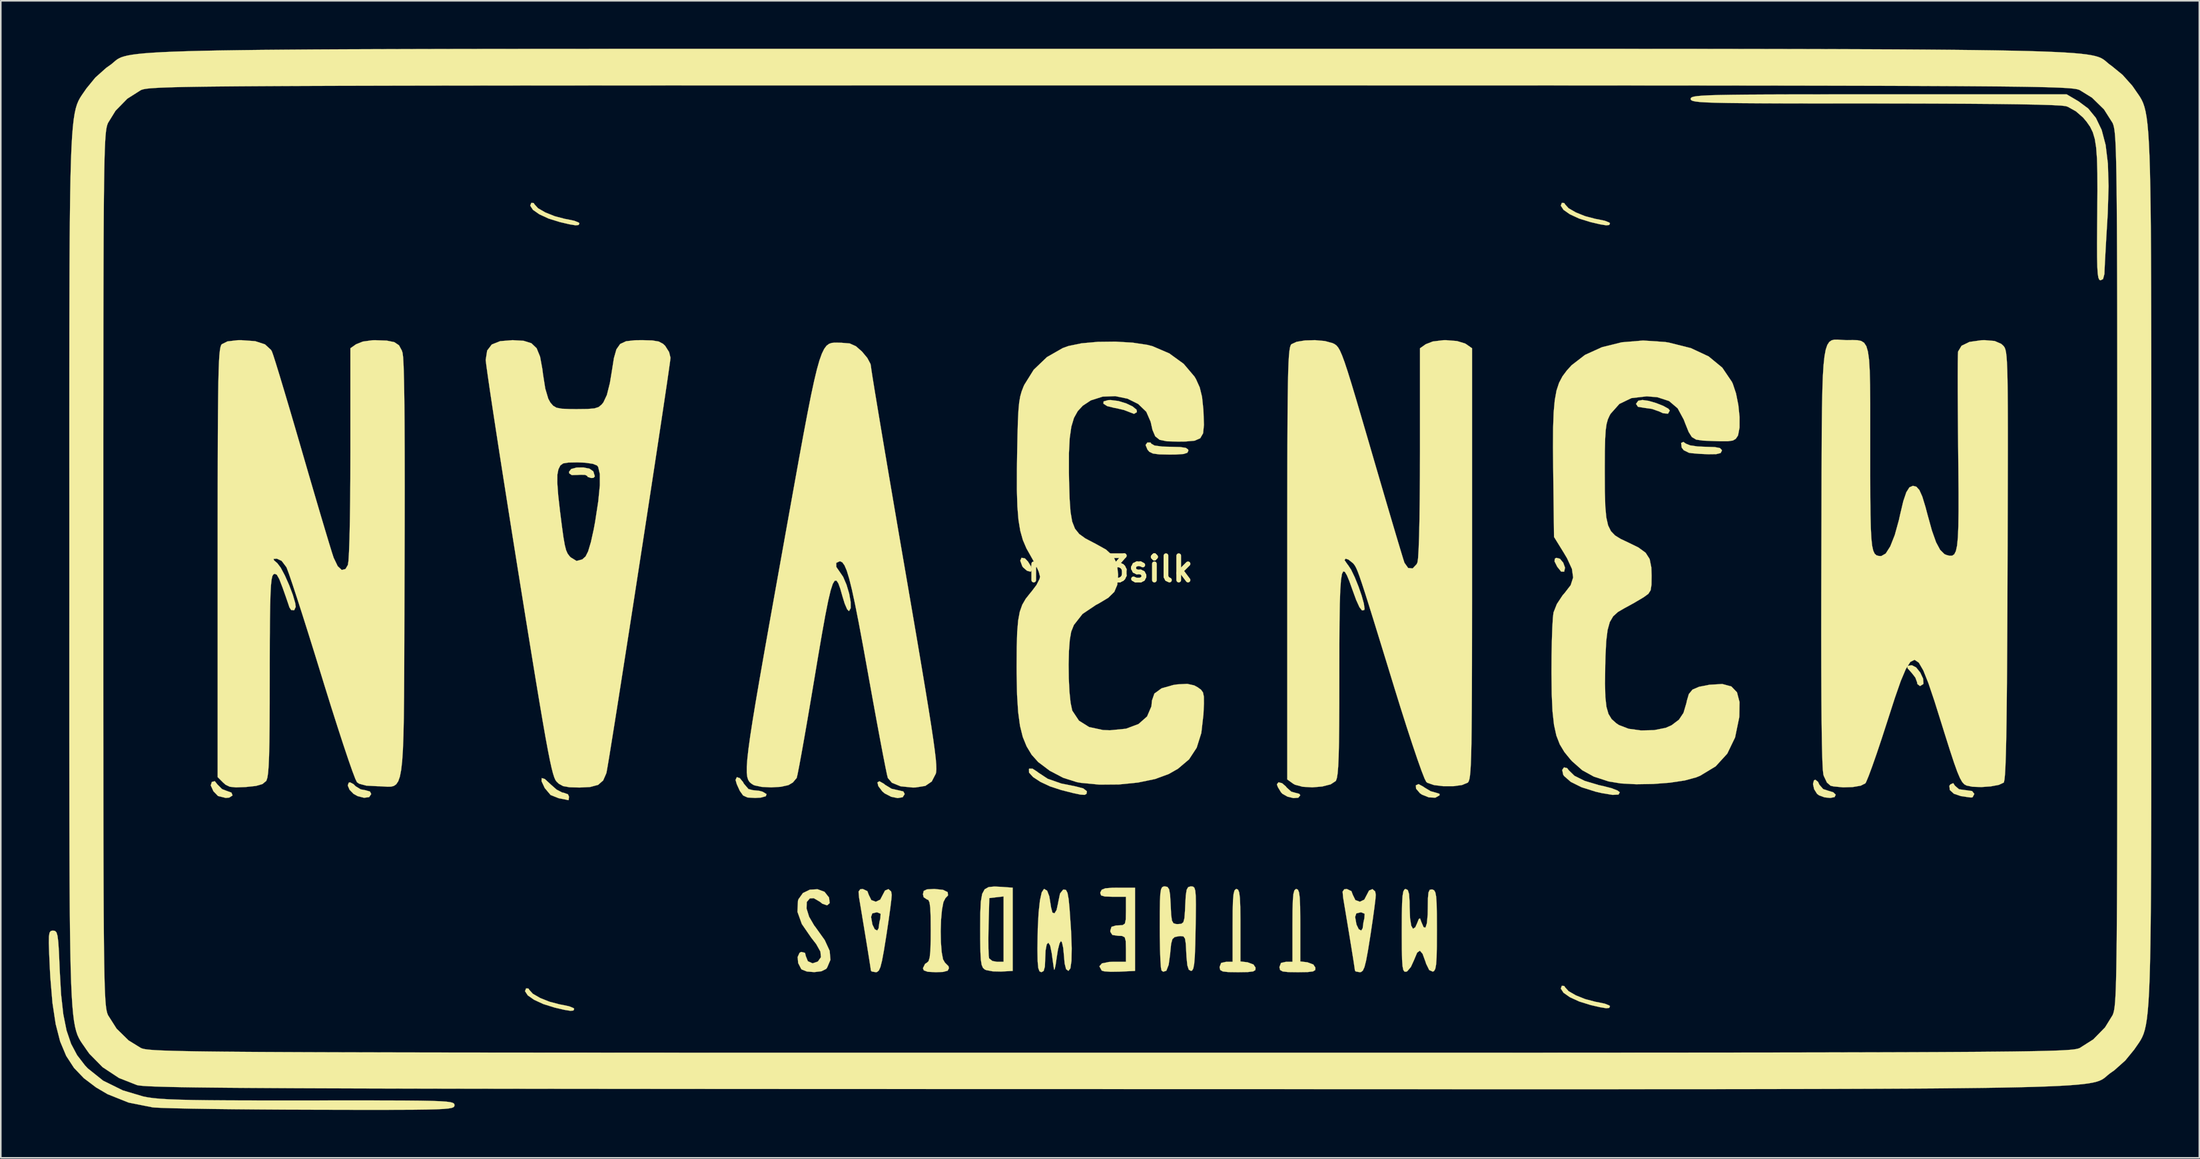
<source format=kicad_pcb>
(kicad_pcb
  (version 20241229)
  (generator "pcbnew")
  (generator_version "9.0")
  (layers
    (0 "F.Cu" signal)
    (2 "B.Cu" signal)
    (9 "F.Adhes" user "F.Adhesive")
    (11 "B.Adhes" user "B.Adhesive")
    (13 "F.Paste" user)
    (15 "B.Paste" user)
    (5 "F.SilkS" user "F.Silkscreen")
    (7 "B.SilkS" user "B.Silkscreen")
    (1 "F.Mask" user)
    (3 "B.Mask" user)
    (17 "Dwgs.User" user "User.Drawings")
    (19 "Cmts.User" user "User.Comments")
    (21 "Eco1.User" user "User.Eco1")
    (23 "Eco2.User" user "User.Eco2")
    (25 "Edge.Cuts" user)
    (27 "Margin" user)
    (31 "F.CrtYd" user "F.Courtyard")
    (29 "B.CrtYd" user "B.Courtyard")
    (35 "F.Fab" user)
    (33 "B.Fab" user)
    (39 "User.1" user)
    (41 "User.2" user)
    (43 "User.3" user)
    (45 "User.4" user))
  (footprint "m3n3silk"
    (layer "F.Cu")
    (at 66.416 32.571)
    (property "Reference" "m3n3silk" (at 0 0 0) (layer "F.SilkS") (effects (font (size 1.524 1.524) (thickness 0.3))))
    (attr through_hole)
    (fp_poly (pts (xy -5.339 -0.666) (xy -5.148 -0.466) (xy -4.955 -0.149) (xy -4.885 0.036) (xy -4.984 0.167) (xy -5.209 0.109) (xy -5.454 -0.102) (xy -5.51 -0.182) (xy -5.635 -0.527) (xy -5.553 -0.708) (xy -5.339 -0.666)) (stroke (width 0.01) (type solid)) (fill yes) (layer "F.SilkS"))
    (fp_poly (pts (xy 28.132 -0.645) (xy 28.338 -0.396) (xy 28.451 -0.084) (xy 28.397 0.162) (xy 28.394 0.165) (xy 28.206 0.161) (xy 27.961 -0.144) (xy 27.959 -0.147) (xy 27.791 -0.483) (xy 27.812 -0.649) (xy 27.904 -0.703) (xy 28.132 -0.645)) (stroke (width 0.01) (type solid)) (fill yes) (layer "F.SilkS"))
    (fp_poly (pts (xy -55.863 13.485) (xy -55.574 13.774) (xy -55.331 13.869) (xy -54.985 13.995) (xy -54.915 14.171) (xy -55.12 14.305) (xy -55.342 14.328) (xy -55.825 14.209) (xy -56.112 13.913) (xy -56.281 13.542) (xy -56.212 13.325) (xy -56.026 13.28) (xy -55.863 13.485)) (stroke (width 0.01) (type solid)) (fill yes) (layer "F.SilkS"))
    (fp_poly (pts (xy 19.594 13.629) (xy 19.653 13.674) (xy 20.042 13.907) (xy 20.384 14.003) (xy 20.595 14.069) (xy 20.597 14.165) (xy 20.337 14.312) (xy 19.929 14.293) (xy 19.499 14.121) (xy 19.368 14.029) (xy 19.131 13.749) (xy 19.117 13.538) (xy 19.287 13.461) (xy 19.594 13.629)) (stroke (width 0.01) (type solid)) (fill yes) (layer "F.SilkS"))
    (fp_poly (pts (xy -47.351 13.463) (xy -47.218 13.596) (xy -46.902 13.79) (xy -46.628 13.84) (xy -46.316 13.928) (xy -46.241 14.084) (xy -46.369 14.276) (xy -46.685 14.319) (xy -47.089 14.216) (xy -47.345 14.075) (xy -47.597 13.816) (xy -47.709 13.547) (xy -47.648 13.372) (xy -47.564 13.351) (xy -47.351 13.463)) (stroke (width 0.01) (type solid)) (fill yes) (layer "F.SilkS"))
    (fp_poly (pts (xy -14.165 13.441) (xy -14.097 13.502) (xy -13.688 13.752) (xy -13.3 13.84) (xy -12.95 13.92) (xy -12.863 14.084) (xy -12.989 14.284) (xy -13.303 14.338) (xy -13.71 14.255) (xy -14.112 14.047) (xy -14.263 13.92) (xy -14.517 13.585) (xy -14.569 13.352) (xy -14.443 13.284) (xy -14.165 13.441)) (stroke (width 0.01) (type solid)) (fill yes) (layer "F.SilkS"))
    (fp_poly (pts (xy 33.677 -10.529) (xy 34.144 -10.393) (xy 34.591 -10.217) (xy 34.912 -10.04) (xy 35.006 -9.924) (xy 34.894 -9.725) (xy 34.583 -9.753) (xy 34.353 -9.859) (xy 33.888 -10.025) (xy 33.419 -10.089) (xy 33.012 -10.157) (xy 32.89 -10.339) (xy 33.031 -10.536) (xy 33.294 -10.583) (xy 33.677 -10.529)) (stroke (width 0.01) (type solid)) (fill yes) (layer "F.SilkS"))
    (fp_poly (pts (xy 50.417 6.159) (xy 50.674 6.478) (xy 50.851 6.855) (xy 50.875 7.164) (xy 50.857 7.203) (xy 50.658 7.326) (xy 50.494 7.197) (xy 50.474 7.083) (xy 50.367 6.794) (xy 50.149 6.513) (xy 49.882 6.212) (xy 49.869 6.066) (xy 50.111 6.025) (xy 50.157 6.024) (xy 50.417 6.159)) (stroke (width 0.01) (type solid)) (fill yes) (layer "F.SilkS"))
    (fp_poly (pts (xy 0.506 -10.519) (xy 0.992 -10.371) (xy 1.401 -10.175) (xy 1.646 -9.97) (xy 1.665 -9.822) (xy 1.485 -9.714) (xy 1.219 -9.815) (xy 0.844 -9.959) (xy 0.341 -10.075) (xy 0.257 -10.087) (xy -0.2 -10.201) (xy -0.433 -10.352) (xy -0.418 -10.493) (xy -0.133 -10.574) (xy 0.027 -10.579) (xy 0.506 -10.519)) (stroke (width 0.01) (type solid)) (fill yes) (layer "F.SilkS"))
    (fp_poly (pts (xy 10.747 13.405) (xy 10.987 13.611) (xy 11.034 13.677) (xy 11.323 13.935) (xy 11.562 14.003) (xy 11.825 14.071) (xy 11.886 14.165) (xy 11.76 14.316) (xy 11.456 14.338) (xy 11.088 14.249) (xy 10.769 14.069) (xy 10.674 13.966) (xy 10.485 13.654) (xy 10.421 13.478) (xy 10.521 13.348) (xy 10.747 13.405)) (stroke (width 0.01) (type solid)) (fill yes) (layer "F.SilkS"))
    (fp_poly (pts (xy 44.28 13.323) (xy 44.365 13.504) (xy 44.602 13.774) (xy 44.893 13.87) (xy 45.236 13.977) (xy 45.387 14.125) (xy 45.316 14.274) (xy 45.046 14.329) (xy 44.687 14.292) (xy 44.349 14.169) (xy 44.217 14.072) (xy 44.034 13.78) (xy 43.964 13.457) (xy 44.022 13.228) (xy 44.113 13.188) (xy 44.28 13.323)) (stroke (width 0.01) (type solid)) (fill yes) (layer "F.SilkS"))
    (fp_poly (pts (xy 52.847 13.568) (xy 53.102 13.785) (xy 53.504 13.84) (xy 53.918 13.896) (xy 54.056 14.075) (xy 54.056 14.084) (xy 53.949 14.286) (xy 53.853 14.304) (xy 53.544 14.262) (xy 53.214 14.213) (xy 52.782 14.068) (xy 52.522 13.831) (xy 52.496 13.571) (xy 52.56 13.48) (xy 52.739 13.404) (xy 52.847 13.568)) (stroke (width 0.01) (type solid)) (fill yes) (layer "F.SilkS"))
    (fp_poly (pts (xy -35.38 13.143) (xy -35.021 13.471) (xy -35.011 13.483) (xy -34.641 13.807) (xy -34.29 13.989) (xy -34.201 14.003) (xy -33.929 14.102) (xy -33.867 14.247) (xy -33.888 14.451) (xy -33.907 14.47) (xy -34.078 14.43) (xy -34.443 14.359) (xy -34.509 14.347) (xy -35.017 14.146) (xy -35.384 13.71) (xy -35.586 13.278) (xy -35.576 13.084) (xy -35.38 13.143)) (stroke (width 0.01) (type solid)) (fill yes) (layer "F.SilkS"))
    (fp_poly (pts (xy -32.587 -6.284) (xy -32.352 -6.122) (xy -32.337 -6.092) (xy -32.249 -5.803) (xy -32.334 -5.707) (xy -32.483 -5.699) (xy -32.7 -5.769) (xy -32.727 -5.829) (xy -32.868 -5.898) (xy -33.217 -5.9) (xy -33.297 -5.892) (xy -33.692 -5.881) (xy -33.852 -5.989) (xy -33.867 -6.088) (xy -33.729 -6.263) (xy -33.392 -6.354) (xy -32.973 -6.361) (xy -32.587 -6.284)) (stroke (width 0.01) (type solid)) (fill yes) (layer "F.SilkS"))
    (fp_poly (pts (xy 36.019 -7.845) (xy 36.278 -7.742) (xy 36.756 -7.673) (xy 37.237 -7.653) (xy 37.82 -7.635) (xy 38.14 -7.574) (xy 38.258 -7.454) (xy 38.263 -7.408) (xy 38.185 -7.261) (xy 37.91 -7.193) (xy 37.408 -7.186) (xy 36.844 -7.212) (xy 36.367 -7.253) (xy 36.201 -7.277) (xy 35.874 -7.44) (xy 35.749 -7.604) (xy 35.712 -7.893) (xy 35.852 -7.959) (xy 36.019 -7.845)) (stroke (width 0.01) (type solid)) (fill yes) (layer "F.SilkS"))
    (fp_poly (pts (xy -36.399 26.261) (xy -36.353 26.341) (xy -36.128 26.587) (xy -35.675 26.849) (xy -35.086 27.085) (xy -34.452 27.251) (xy -34.311 27.275) (xy -33.862 27.37) (xy -33.585 27.481) (xy -33.541 27.535) (xy -33.589 27.634) (xy -33.774 27.655) (xy -34.155 27.593) (xy -34.762 27.452) (xy -35.472 27.231) (xy -36.05 26.965) (xy -36.448 26.686) (xy -36.618 26.426) (xy -36.554 26.251) (xy -36.399 26.261)) (stroke (width 0.01) (type solid)) (fill yes) (layer "F.SilkS"))
    (fp_poly (pts (xy -36.074 -22.911) (xy -36.027 -22.831) (xy -35.802 -22.585) (xy -35.349 -22.323) (xy -34.76 -22.087) (xy -34.127 -21.92) (xy -33.985 -21.896) (xy -33.536 -21.802) (xy -33.259 -21.691) (xy -33.215 -21.637) (xy -33.264 -21.538) (xy -33.449 -21.517) (xy -33.83 -21.579) (xy -34.437 -21.72) (xy -35.146 -21.94) (xy -35.724 -22.207) (xy -36.122 -22.486) (xy -36.292 -22.746) (xy -36.228 -22.921) (xy -36.074 -22.911)) (stroke (width 0.01) (type solid)) (fill yes) (layer "F.SilkS"))
    (fp_poly (pts (xy -23.182 13.087) (xy -22.976 13.338) (xy -22.928 13.433) (xy -22.638 13.771) (xy -22.375 13.84) (xy -21.958 13.883) (xy -21.75 13.939) (xy -21.505 14.091) (xy -21.555 14.223) (xy -21.87 14.309) (xy -22.221 14.328) (xy -22.696 14.301) (xy -22.972 14.177) (xy -23.172 13.896) (xy -23.198 13.848) (xy -23.37 13.467) (xy -23.446 13.204) (xy -23.446 13.197) (xy -23.366 13.027) (xy -23.182 13.087)) (stroke (width 0.01) (type solid)) (fill yes) (layer "F.SilkS"))
    (fp_poly (pts (xy 2.52 -7.917) (xy 2.568 -7.844) (xy 2.77 -7.731) (xy 3.263 -7.666) (xy 3.758 -7.653) (xy 4.373 -7.638) (xy 4.724 -7.585) (xy 4.87 -7.482) (xy 4.885 -7.408) (xy 4.819 -7.278) (xy 4.584 -7.202) (xy 4.118 -7.169) (xy 3.703 -7.164) (xy 3.064 -7.178) (xy 2.67 -7.23) (xy 2.44 -7.341) (xy 2.322 -7.482) (xy 2.207 -7.764) (xy 2.314 -7.918) (xy 2.52 -7.917)) (stroke (width 0.01) (type solid)) (fill yes) (layer "F.SilkS"))
    (fp_poly (pts (xy 28.403 -22.911) (xy 28.449 -22.831) (xy 28.674 -22.585) (xy 29.128 -22.323) (xy 29.717 -22.087) (xy 30.35 -21.92) (xy 30.492 -21.896) (xy 30.941 -21.802) (xy 31.218 -21.691) (xy 31.262 -21.637) (xy 31.213 -21.538) (xy 31.028 -21.517) (xy 30.647 -21.579) (xy 30.04 -21.72) (xy 29.331 -21.94) (xy 28.753 -22.207) (xy 28.355 -22.486) (xy 28.185 -22.746) (xy 28.248 -22.921) (xy 28.403 -22.911)) (stroke (width 0.01) (type solid)) (fill yes) (layer "F.SilkS"))
    (fp_poly (pts (xy 28.403 26.098) (xy 28.449 26.178) (xy 28.674 26.424) (xy 29.128 26.686) (xy 29.717 26.922) (xy 30.35 27.088) (xy 30.492 27.113) (xy 30.941 27.207) (xy 31.218 27.318) (xy 31.262 27.372) (xy 31.213 27.471) (xy 31.028 27.492) (xy 30.647 27.43) (xy 30.04 27.289) (xy 29.331 27.068) (xy 28.753 26.802) (xy 28.355 26.523) (xy 28.185 26.263) (xy 28.248 26.088) (xy 28.403 26.098)) (stroke (width 0.01) (type solid)) (fill yes) (layer "F.SilkS"))
    (fp_poly (pts (xy 28.581 12.462) (xy 28.686 12.596) (xy 29.043 12.945) (xy 29.682 13.261) (xy 30.562 13.524) (xy 30.824 13.581) (xy 31.352 13.716) (xy 31.735 13.863) (xy 31.876 13.974) (xy 31.797 14.118) (xy 31.424 14.137) (xy 30.767 14.029) (xy 30.366 13.937) (xy 29.485 13.659) (xy 28.807 13.322) (xy 28.388 12.955) (xy 28.335 12.871) (xy 28.272 12.575) (xy 28.385 12.414) (xy 28.581 12.462)) (stroke (width 0.01) (type solid)) (fill yes) (layer "F.SilkS"))
    (fp_poly (pts (xy -4.865 12.496) (xy -4.548 12.703) (xy -4.504 12.742) (xy -3.917 13.128) (xy -3.072 13.424) (xy -2.157 13.609) (xy -1.689 13.732) (xy -1.473 13.902) (xy -1.465 13.942) (xy -1.492 14.076) (xy -1.607 14.136) (xy -1.867 14.12) (xy -2.328 14.023) (xy -3.043 13.841) (xy -3.086 13.83) (xy -3.776 13.603) (xy -4.374 13.322) (xy -4.829 13.023) (xy -5.084 12.742) (xy -5.088 12.516) (xy -5.069 12.494) (xy -4.865 12.496)) (stroke (width 0.01) (type solid)) (fill yes) (layer "F.SilkS"))
    (fp_poly (pts (xy 7.995 20.073) (xy 8.064 20.241) (xy 8.108 20.579) (xy 8.132 21.133) (xy 8.141 21.949) (xy 8.141 22.296) (xy 8.141 24.564) (xy 8.587 24.616) (xy 8.959 24.755) (xy 9.088 24.952) (xy 9.078 25.102) (xy 8.936 25.188) (xy 8.598 25.228) (xy 7.999 25.237) (xy 7.99 25.237) (xy 7.387 25.229) (xy 7.041 25.19) (xy 6.881 25.101) (xy 6.839 24.943) (xy 6.838 24.912) (xy 6.934 24.656) (xy 7.246 24.586) (xy 7.653 24.586) (xy 7.653 22.306) (xy 7.657 21.387) (xy 7.675 20.747) (xy 7.712 20.338) (xy 7.771 20.116) (xy 7.858 20.032) (xy 7.897 20.027) (xy 7.995 20.073)) (stroke (width 0.01) (type solid)) (fill yes) (layer "F.SilkS"))
    (fp_poly (pts (xy 11.74 20.073) (xy 11.809 20.241) (xy 11.853 20.579) (xy 11.877 21.133) (xy 11.885 21.949) (xy 11.886 22.296) (xy 11.886 24.564) (xy 12.332 24.616) (xy 12.703 24.755) (xy 12.833 24.952) (xy 12.823 25.102) (xy 12.681 25.188) (xy 12.343 25.228) (xy 11.744 25.237) (xy 11.735 25.237) (xy 11.132 25.229) (xy 10.786 25.19) (xy 10.626 25.101) (xy 10.584 24.943) (xy 10.583 24.912) (xy 10.679 24.656) (xy 10.99 24.586) (xy 11.397 24.586) (xy 11.397 22.306) (xy 11.402 21.387) (xy 11.42 20.747) (xy 11.456 20.338) (xy 11.516 20.116) (xy 11.603 20.032) (xy 11.642 20.027) (xy 11.74 20.073)) (stroke (width 0.01) (type solid)) (fill yes) (layer "F.SilkS"))
    (fp_poly (pts (xy -6.792 19.896) (xy -6.106 19.946) (xy -6.106 25.156) (xy -6.838 25.196) (xy -7.352 25.184) (xy -7.764 25.106) (xy -7.856 25.065) (xy -7.969 24.963) (xy -8.048 24.78) (xy -8.099 24.464) (xy -8.127 23.962) (xy -8.139 23.223) (xy -8.139 23.122) (xy -7.629 23.122) (xy -7.625 23.756) (xy -7.606 24.202) (xy -7.582 24.372) (xy -7.375 24.535) (xy -7.088 24.586) (xy -6.676 24.586) (xy -6.676 20.494) (xy -7.123 20.545) (xy -7.571 20.597) (xy -7.618 22.377) (xy -7.629 23.122) (xy -8.139 23.122) (xy -8.141 22.548) (xy -8.135 21.545) (xy -8.101 20.823) (xy -8.018 20.339) (xy -7.863 20.048) (xy -7.614 19.908) (xy -7.248 19.873) (xy -6.792 19.896)) (stroke (width 0.01) (type solid)) (fill yes) (layer "F.SilkS"))
    (fp_poly (pts (xy 1.547 25.156) (xy 0.563 25.203) (xy 0.023 25.211) (xy -0.38 25.182) (xy -0.536 25.136) (xy -0.683 24.869) (xy -0.526 24.685) (xy -0.08 24.594) (xy 0.163 24.586) (xy 0.977 24.586) (xy 0.977 23.772) (xy 0.966 23.29) (xy 0.901 23.05) (xy 0.73 22.967) (xy 0.488 22.958) (xy 0.131 22.907) (xy 0.005 22.716) (xy 0 22.632) (xy 0.077 22.394) (xy 0.362 22.31) (xy 0.488 22.306) (xy 0.768 22.291) (xy 0.913 22.193) (xy 0.968 21.931) (xy 0.977 21.425) (xy 0.977 20.515) (xy 0.151 20.515) (xy -0.339 20.499) (xy -0.575 20.431) (xy -0.628 20.287) (xy -0.62 20.23) (xy -0.536 20.073) (xy -0.312 19.985) (xy 0.125 19.95) (xy 0.491 19.946) (xy 1.547 19.946) (xy 1.547 25.156)) (stroke (width 0.01) (type solid)) (fill yes) (layer "F.SilkS"))
    (fp_poly (pts (xy -10.466 20.081) (xy -10.174 20.224) (xy -10.153 20.432) (xy -10.314 20.599) (xy -10.44 20.845) (xy -10.531 21.323) (xy -10.589 21.955) (xy -10.611 22.661) (xy -10.598 23.361) (xy -10.55 23.978) (xy -10.465 24.431) (xy -10.343 24.643) (xy -10.339 24.645) (xy -10.123 24.862) (xy -10.095 24.988) (xy -10.177 25.144) (xy -10.466 25.22) (xy -10.909 25.237) (xy -11.418 25.212) (xy -11.668 25.123) (xy -11.723 24.988) (xy -11.591 24.716) (xy -11.479 24.645) (xy -11.372 24.545) (xy -11.3 24.31) (xy -11.257 23.888) (xy -11.238 23.227) (xy -11.235 22.615) (xy -11.241 21.777) (xy -11.264 21.214) (xy -11.309 20.877) (xy -11.384 20.715) (xy -11.479 20.678) (xy -11.678 20.542) (xy -11.723 20.353) (xy -11.674 20.148) (xy -11.473 20.052) (xy -11.036 20.027) (xy -11 20.027) (xy -10.466 20.081)) (stroke (width 0.01) (type solid)) (fill yes) (layer "F.SilkS"))
    (fp_poly (pts (xy -17.88 20.204) (xy -17.598 20.561) (xy -17.598 20.561) (xy -17.556 20.912) (xy -17.718 21.052) (xy -18.019 20.949) (xy -18.167 20.829) (xy -18.553 20.604) (xy -18.798 20.616) (xy -18.992 20.844) (xy -19.003 21.253) (xy -18.844 21.765) (xy -18.532 22.303) (xy -18.447 22.414) (xy -17.867 23.225) (xy -17.558 23.898) (xy -17.51 24.463) (xy -17.717 24.951) (xy -17.78 25.033) (xy -18.069 25.177) (xy -18.52 25.231) (xy -18.983 25.194) (xy -19.309 25.065) (xy -19.34 25.034) (xy -19.529 24.664) (xy -19.562 24.285) (xy -19.44 24.019) (xy -19.335 23.967) (xy -19.099 24.026) (xy -19.05 24.231) (xy -18.922 24.549) (xy -18.626 24.681) (xy -18.297 24.569) (xy -18.105 24.298) (xy -18.135 23.951) (xy -18.399 23.48) (xy -18.72 23.064) (xy -19.3 22.221) (xy -19.573 21.46) (xy -19.543 20.771) (xy -19.511 20.67) (xy -19.234 20.282) (xy -18.8 20.071) (xy -18.315 20.043) (xy -17.88 20.204)) (stroke (width 0.01) (type solid)) (fill yes) (layer "F.SilkS"))
    (fp_poly (pts (xy -15.198 20.162) (xy -15.113 20.393) (xy -14.951 20.722) (xy -14.672 20.825) (xy -14.396 20.696) (xy -14.264 20.443) (xy -14.097 20.125) (xy -13.88 20.035) (xy -13.712 20.182) (xy -13.675 20.393) (xy -13.699 20.684) (xy -13.765 21.226) (xy -13.865 21.947) (xy -13.988 22.776) (xy -14.022 22.998) (xy -14.167 23.897) (xy -14.283 24.522) (xy -14.384 24.919) (xy -14.485 25.138) (xy -14.599 25.227) (xy -14.675 25.237) (xy -14.928 25.191) (xy -14.979 25.133) (xy -15.005 24.937) (xy -15.079 24.461) (xy -15.193 23.749) (xy -15.341 22.842) (xy -15.516 21.781) (xy -15.516 21.777) (xy -14.968 21.777) (xy -14.887 22.229) (xy -14.877 22.266) (xy -14.739 22.548) (xy -14.581 22.629) (xy -14.491 22.474) (xy -14.489 22.429) (xy -14.447 22.114) (xy -14.388 21.859) (xy -14.37 21.579) (xy -14.571 21.494) (xy -14.635 21.492) (xy -14.89 21.553) (xy -14.968 21.777) (xy -15.516 21.777) (xy -15.711 20.61) (xy -15.72 20.556) (xy -15.751 20.191) (xy -15.648 20.046) (xy -15.487 20.027) (xy -15.198 20.162)) (stroke (width 0.01) (type solid)) (fill yes) (layer "F.SilkS"))
    (fp_poly (pts (xy 15.086 20.162) (xy 15.172 20.393) (xy 15.333 20.722) (xy 15.613 20.825) (xy 15.889 20.696) (xy 16.021 20.443) (xy 16.187 20.125) (xy 16.404 20.035) (xy 16.573 20.182) (xy 16.609 20.393) (xy 16.586 20.684) (xy 16.519 21.226) (xy 16.42 21.947) (xy 16.297 22.776) (xy 16.263 22.998) (xy 16.118 23.897) (xy 16.002 24.522) (xy 15.901 24.919) (xy 15.8 25.138) (xy 15.686 25.227) (xy 15.61 25.237) (xy 15.356 25.191) (xy 15.305 25.133) (xy 15.279 24.937) (xy 15.206 24.461) (xy 15.092 23.749) (xy 14.944 22.842) (xy 14.769 21.781) (xy 14.768 21.777) (xy 15.317 21.777) (xy 15.398 22.229) (xy 15.408 22.266) (xy 15.546 22.548) (xy 15.703 22.629) (xy 15.794 22.474) (xy 15.796 22.429) (xy 15.838 22.114) (xy 15.896 21.859) (xy 15.915 21.579) (xy 15.714 21.494) (xy 15.65 21.492) (xy 15.394 21.553) (xy 15.317 21.777) (xy 14.768 21.777) (xy 14.574 20.61) (xy 14.565 20.556) (xy 14.534 20.191) (xy 14.637 20.046) (xy 14.798 20.027) (xy 15.086 20.162)) (stroke (width 0.01) (type solid)) (fill yes) (layer "F.SilkS"))
    (fp_poly (pts (xy -3.95 20.136) (xy -3.816 20.49) (xy -3.713 21.128) (xy -3.709 21.167) (xy -3.621 21.505) (xy -3.493 21.554) (xy -3.361 21.339) (xy -3.262 20.887) (xy -3.256 20.842) (xy -3.145 20.311) (xy -2.957 20.075) (xy -2.912 20.061) (xy -2.773 20.089) (xy -2.677 20.272) (xy -2.606 20.669) (xy -2.548 21.281) (xy -2.454 22.658) (xy -2.414 23.741) (xy -2.429 24.522) (xy -2.497 24.996) (xy -2.62 25.156) (xy -2.62 25.156) (xy -2.767 25.046) (xy -2.858 24.687) (xy -2.898 24.22) (xy -2.946 23.716) (xy -3.021 23.377) (xy -3.086 23.283) (xy -3.176 23.431) (xy -3.274 23.816) (xy -3.351 24.301) (xy -3.421 24.781) (xy -3.482 25.059) (xy -3.52 25.074) (xy -3.565 24.773) (xy -3.632 24.293) (xy -3.664 24.054) (xy -3.763 23.567) (xy -3.876 23.388) (xy -3.979 23.499) (xy -4.051 23.884) (xy -4.071 24.351) (xy -4.093 24.888) (xy -4.171 25.163) (xy -4.315 25.237) (xy -4.432 25.181) (xy -4.506 24.976) (xy -4.545 24.567) (xy -4.558 23.899) (xy -4.558 23.731) (xy -4.539 22.514) (xy -4.486 21.507) (xy -4.402 20.74) (xy -4.291 20.239) (xy -4.155 20.031) (xy -4.131 20.027) (xy -3.95 20.136)) (stroke (width 0.01) (type solid)) (fill yes) (layer "F.SilkS"))
    (fp_poly (pts (xy 18.615 20.096) (xy 18.692 20.344) (xy 18.724 20.831) (xy 18.727 21.126) (xy 18.754 21.854) (xy 18.828 22.325) (xy 18.94 22.521) (xy 19.082 22.423) (xy 19.182 22.203) (xy 19.307 21.895) (xy 19.382 21.873) (xy 19.465 22.103) (xy 19.604 22.425) (xy 19.721 22.441) (xy 19.808 22.168) (xy 19.857 21.627) (xy 19.864 21.236) (xy 19.872 20.608) (xy 19.907 20.243) (xy 19.984 20.079) (xy 20.118 20.053) (xy 20.149 20.058) (xy 20.258 20.107) (xy 20.335 20.237) (xy 20.386 20.496) (xy 20.416 20.933) (xy 20.43 21.594) (xy 20.434 22.529) (xy 20.434 22.632) (xy 20.43 23.603) (xy 20.415 24.296) (xy 20.384 24.755) (xy 20.332 25.029) (xy 20.256 25.163) (xy 20.177 25.201) (xy 19.954 25.105) (xy 19.759 24.709) (xy 19.725 24.599) (xy 19.537 24.084) (xy 19.368 23.89) (xy 19.199 24.012) (xy 19.015 24.448) (xy 19.01 24.463) (xy 18.808 24.906) (xy 18.582 25.175) (xy 18.507 25.208) (xy 18.406 25.2) (xy 18.333 25.1) (xy 18.284 24.863) (xy 18.255 24.445) (xy 18.24 23.801) (xy 18.236 22.885) (xy 18.236 22.644) (xy 18.24 21.65) (xy 18.255 20.938) (xy 18.284 20.464) (xy 18.333 20.183) (xy 18.405 20.053) (xy 18.48 20.027) (xy 18.615 20.096)) (stroke (width 0.01) (type solid)) (fill yes) (layer "F.SilkS"))
    (fp_poly (pts (xy 5.178 19.879) (xy 5.263 19.953) (xy 5.317 20.135) (xy 5.346 20.469) (xy 5.355 21.003) (xy 5.348 21.783) (xy 5.336 22.51) (xy 5.315 23.512) (xy 5.288 24.232) (xy 5.249 24.713) (xy 5.195 24.998) (xy 5.121 25.131) (xy 5.047 25.156) (xy 4.908 25.078) (xy 4.82 24.807) (xy 4.767 24.286) (xy 4.755 24.047) (xy 4.724 23.462) (xy 4.674 23.135) (xy 4.575 22.995) (xy 4.393 22.975) (xy 4.266 22.988) (xy 4.027 23.038) (xy 3.886 23.167) (xy 3.807 23.455) (xy 3.753 23.979) (xy 3.745 24.085) (xy 3.652 24.771) (xy 3.506 25.147) (xy 3.31 25.208) (xy 3.206 25.132) (xy 3.167 24.939) (xy 3.135 24.478) (xy 3.11 23.807) (xy 3.096 22.985) (xy 3.094 22.442) (xy 3.096 21.473) (xy 3.106 20.783) (xy 3.13 20.325) (xy 3.173 20.051) (xy 3.242 19.914) (xy 3.343 19.868) (xy 3.412 19.864) (xy 3.579 19.899) (xy 3.681 20.05) (xy 3.74 20.384) (xy 3.775 20.968) (xy 3.778 21.045) (xy 3.809 21.653) (xy 3.858 22.006) (xy 3.952 22.172) (xy 4.117 22.222) (xy 4.233 22.225) (xy 4.444 22.207) (xy 4.57 22.107) (xy 4.637 21.855) (xy 4.674 21.381) (xy 4.688 21.045) (xy 4.722 20.431) (xy 4.777 20.075) (xy 4.873 19.909) (xy 5.033 19.864) (xy 5.059 19.864) (xy 5.178 19.879)) (stroke (width 0.01) (type solid)) (fill yes) (layer "F.SilkS"))
    (fp_poly (pts (xy 60.577 -29.279) (xy 61.185 -28.826) (xy 61.665 -28.238) (xy 62.025 -27.487) (xy 62.273 -26.544) (xy 62.414 -25.381) (xy 62.456 -23.968) (xy 62.405 -22.277) (xy 62.374 -21.745) (xy 62.316 -20.784) (xy 62.267 -19.912) (xy 62.228 -19.192) (xy 62.204 -18.686) (xy 62.197 -18.475) (xy 62.111 -18.151) (xy 61.952 -18.073) (xy 61.877 -18.108) (xy 61.82 -18.236) (xy 61.779 -18.492) (xy 61.752 -18.912) (xy 61.738 -19.532) (xy 61.735 -20.387) (xy 61.742 -21.512) (xy 61.749 -22.266) (xy 61.759 -23.679) (xy 61.755 -24.809) (xy 61.731 -25.697) (xy 61.679 -26.387) (xy 61.595 -26.92) (xy 61.471 -27.339) (xy 61.302 -27.685) (xy 61.081 -28.001) (xy 60.864 -28.259) (xy 60.417 -28.65) (xy 59.908 -28.935) (xy 59.782 -28.977) (xy 59.489 -29.012) (xy 58.881 -29.043) (xy 57.969 -29.071) (xy 56.763 -29.094) (xy 55.275 -29.113) (xy 53.516 -29.127) (xy 51.495 -29.137) (xy 49.225 -29.143) (xy 47.747 -29.144) (xy 45.538 -29.144) (xy 43.633 -29.146) (xy 42.008 -29.149) (xy 40.642 -29.155) (xy 39.513 -29.163) (xy 38.598 -29.174) (xy 37.874 -29.189) (xy 37.321 -29.209) (xy 36.914 -29.233) (xy 36.633 -29.264) (xy 36.454 -29.3) (xy 36.355 -29.343) (xy 36.315 -29.392) (xy 36.309 -29.43) (xy 36.323 -29.484) (xy 36.38 -29.531) (xy 36.502 -29.571) (xy 36.711 -29.605) (xy 37.029 -29.633) (xy 37.477 -29.656) (xy 38.078 -29.674) (xy 38.854 -29.688) (xy 39.827 -29.699) (xy 41.019 -29.706) (xy 42.451 -29.711) (xy 44.146 -29.713) (xy 46.126 -29.715) (xy 48.073 -29.715) (xy 59.837 -29.715) (xy 60.577 -29.279)) (stroke (width 0.01) (type solid)) (fill yes) (layer "F.SilkS"))
    (fp_poly (pts (xy -66.022 22.652) (xy -65.932 22.745) (xy -65.868 22.957) (xy -65.82 23.338) (xy -65.781 23.934) (xy -65.743 24.793) (xy -65.73 25.115) (xy -65.644 26.629) (xy -65.506 27.869) (xy -65.302 28.884) (xy -65.018 29.721) (xy -64.641 30.431) (xy -64.155 31.063) (xy -63.976 31.255) (xy -63.009 32.029) (xy -61.784 32.633) (xy -60.508 33.014) (xy -60.215 33.071) (xy -59.869 33.119) (xy -59.441 33.159) (xy -58.904 33.192) (xy -58.23 33.217) (xy -57.391 33.237) (xy -56.36 33.251) (xy -55.11 33.26) (xy -53.611 33.264) (xy -51.837 33.266) (xy -50.189 33.265) (xy -48.232 33.263) (xy -46.575 33.263) (xy -45.193 33.265) (xy -44.062 33.27) (xy -43.157 33.279) (xy -42.452 33.293) (xy -41.923 33.313) (xy -41.544 33.339) (xy -41.291 33.372) (xy -41.138 33.413) (xy -41.06 33.464) (xy -41.033 33.523) (xy -41.031 33.561) (xy -41.041 33.627) (xy -41.087 33.683) (xy -41.196 33.729) (xy -41.393 33.766) (xy -41.702 33.796) (xy -42.15 33.818) (xy -42.761 33.834) (xy -43.561 33.845) (xy -44.576 33.85) (xy -45.83 33.852) (xy -47.349 33.851) (xy -49.159 33.847) (xy -49.945 33.845) (xy -51.656 33.839) (xy -53.298 33.828) (xy -54.837 33.814) (xy -56.238 33.797) (xy -57.467 33.778) (xy -58.49 33.756) (xy -59.273 33.733) (xy -59.781 33.709) (xy -59.918 33.697) (xy -61.413 33.4) (xy -62.731 32.876) (xy -63.457 32.449) (xy -64.218 31.873) (xy -64.835 31.229) (xy -65.325 30.476) (xy -65.703 29.574) (xy -65.983 28.484) (xy -66.183 27.165) (xy -66.316 25.577) (xy -66.35 24.952) (xy -66.391 24.042) (xy -66.411 23.407) (xy -66.405 22.998) (xy -66.367 22.766) (xy -66.295 22.661) (xy -66.183 22.633) (xy -66.144 22.632) (xy -66.022 22.652)) (stroke (width 0.01) (type solid)) (fill yes) (layer "F.SilkS"))
    (fp_poly (pts (xy -17.029 -14.17) (xy -16.819 -14.165) (xy -16.302 -14.122) (xy -15.913 -13.946) (xy -15.533 -13.612) (xy -15.202 -13.213) (xy -15.005 -12.843) (xy -14.979 -12.717) (xy -14.952 -12.505) (xy -14.874 -11.998) (xy -14.749 -11.221) (xy -14.58 -10.199) (xy -14.374 -8.958) (xy -14.133 -7.524) (xy -13.862 -5.921) (xy -13.565 -4.175) (xy -13.247 -2.311) (xy -12.911 -0.356) (xy -12.859 -0.055) (xy -12.46 2.27) (xy -12.114 4.295) (xy -11.819 6.041) (xy -11.571 7.53) (xy -11.366 8.783) (xy -11.202 9.82) (xy -11.076 10.664) (xy -10.984 11.335) (xy -10.923 11.854) (xy -10.891 12.243) (xy -10.883 12.522) (xy -10.896 12.713) (xy -10.918 12.81) (xy -11.172 13.301) (xy -11.574 13.575) (xy -12.195 13.674) (xy -12.353 13.677) (xy -13.121 13.6) (xy -13.663 13.378) (xy -13.918 13.079) (xy -13.974 12.857) (xy -14.078 12.35) (xy -14.226 11.596) (xy -14.409 10.632) (xy -14.621 9.492) (xy -14.854 8.216) (xy -15.103 6.838) (xy -15.158 6.531) (xy -15.47 4.804) (xy -15.737 3.374) (xy -15.966 2.215) (xy -16.163 1.3) (xy -16.335 0.605) (xy -16.487 0.105) (xy -16.628 -0.227) (xy -16.762 -0.415) (xy -16.896 -0.486) (xy -16.927 -0.488) (xy -17.147 -0.384) (xy -17.141 -0.13) (xy -16.948 0.148) (xy -16.712 0.493) (xy -16.502 0.985) (xy -16.339 1.534) (xy -16.246 2.052) (xy -16.243 2.449) (xy -16.35 2.637) (xy -16.465 2.52) (xy -16.618 2.165) (xy -16.758 1.71) (xy -16.892 1.235) (xy -17.013 0.901) (xy -17.127 0.726) (xy -17.242 0.728) (xy -17.363 0.927) (xy -17.497 1.34) (xy -17.65 1.987) (xy -17.829 2.886) (xy -18.04 4.056) (xy -18.29 5.516) (xy -18.497 6.757) (xy -18.727 8.128) (xy -18.944 9.405) (xy -19.143 10.55) (xy -19.317 11.528) (xy -19.459 12.299) (xy -19.562 12.826) (xy -19.619 13.073) (xy -19.622 13.079) (xy -19.863 13.364) (xy -20.141 13.527) (xy -20.615 13.631) (xy -21.217 13.667) (xy -21.811 13.637) (xy -22.26 13.542) (xy -22.341 13.505) (xy -22.467 13.424) (xy -22.574 13.328) (xy -22.657 13.196) (xy -22.715 13.006) (xy -22.744 12.739) (xy -22.743 12.373) (xy -22.709 11.888) (xy -22.639 11.263) (xy -22.531 10.477) (xy -22.382 9.511) (xy -22.19 8.342) (xy -21.952 6.951) (xy -21.666 5.316) (xy -21.329 3.418) (xy -20.939 1.235) (xy -20.618 -0.554) (xy -20.187 -2.958) (xy -19.809 -5.062) (xy -19.48 -6.886) (xy -19.193 -8.449) (xy -18.942 -9.772) (xy -18.724 -10.874) (xy -18.53 -11.776) (xy -18.357 -12.498) (xy -18.199 -13.059) (xy -18.049 -13.479) (xy -17.903 -13.779) (xy -17.755 -13.979) (xy -17.599 -14.097) (xy -17.43 -14.155) (xy -17.242 -14.173) (xy -17.029 -14.17)) (stroke (width 0.01) (type solid)) (fill yes) (layer "F.SilkS"))
    (fp_poly (pts (xy -28.654 -14.311) (xy -28.253 -14.242) (xy -27.983 -14.099) (xy -27.849 -13.972) (xy -27.603 -13.582) (xy -27.517 -13.229) (xy -27.541 -13.012) (xy -27.612 -12.502) (xy -27.723 -11.731) (xy -27.872 -10.728) (xy -28.052 -9.523) (xy -28.26 -8.147) (xy -28.49 -6.629) (xy -28.739 -4.999) (xy -29.001 -3.287) (xy -29.272 -1.523) (xy -29.548 0.262) (xy -29.822 2.04) (xy -30.092 3.779) (xy -30.353 5.45) (xy -30.599 7.023) (xy -30.826 8.468) (xy -31.03 9.755) (xy -31.206 10.854) (xy -31.348 11.734) (xy -31.454 12.367) (xy -31.517 12.722) (xy -31.531 12.781) (xy -31.728 13.233) (xy -32.043 13.509) (xy -32.546 13.644) (xy -33.212 13.677) (xy -33.834 13.659) (xy -34.231 13.59) (xy -34.503 13.442) (xy -34.646 13.306) (xy -34.716 13.208) (xy -34.788 13.044) (xy -34.868 12.795) (xy -34.959 12.439) (xy -35.065 11.956) (xy -35.19 11.325) (xy -35.338 10.524) (xy -35.511 9.534) (xy -35.715 8.332) (xy -35.953 6.9) (xy -36.228 5.214) (xy -36.546 3.255) (xy -36.908 1.003) (xy -37.036 0.207) (xy -37.357 -1.802) (xy -37.662 -3.727) (xy -37.922 -5.382) (xy -34.598 -5.382) (xy -34.542 -4.617) (xy -34.435 -3.671) (xy -34.312 -2.697) (xy -34.215 -1.993) (xy -34.13 -1.505) (xy -34.047 -1.181) (xy -33.953 -0.967) (xy -33.835 -0.809) (xy -33.763 -0.734) (xy -33.397 -0.509) (xy -33.039 -0.602) (xy -32.828 -0.792) (xy -32.671 -1.105) (xy -32.496 -1.689) (xy -32.318 -2.493) (xy -32.234 -2.95) (xy -32.035 -4.245) (xy -31.937 -5.241) (xy -31.938 -5.95) (xy -32.039 -6.382) (xy -32.108 -6.48) (xy -32.373 -6.587) (xy -32.861 -6.657) (xy -33.333 -6.676) (xy -33.9 -6.666) (xy -34.228 -6.614) (xy -34.406 -6.488) (xy -34.522 -6.257) (xy -34.531 -6.235) (xy -34.594 -5.907) (xy -34.598 -5.382) (xy -37.922 -5.382) (xy -37.948 -5.544) (xy -38.211 -7.226) (xy -38.446 -8.748) (xy -38.65 -10.085) (xy -38.819 -11.21) (xy -38.948 -12.098) (xy -39.035 -12.723) (xy -39.075 -13.06) (xy -39.077 -13.1) (xy -38.988 -13.676) (xy -38.699 -14.056) (xy -38.175 -14.265) (xy -37.396 -14.328) (xy -36.706 -14.288) (xy -36.219 -14.136) (xy -35.891 -13.822) (xy -35.676 -13.297) (xy -35.532 -12.512) (xy -35.493 -12.198) (xy -35.351 -11.296) (xy -35.162 -10.66) (xy -35.032 -10.422) (xy -34.856 -10.22) (xy -34.645 -10.098) (xy -34.318 -10.037) (xy -33.793 -10.015) (xy -33.378 -10.013) (xy -32.707 -10.021) (xy -32.279 -10.056) (xy -32.012 -10.141) (xy -31.825 -10.297) (xy -31.713 -10.437) (xy -31.497 -10.897) (xy -31.307 -11.654) (xy -31.188 -12.377) (xy -31.058 -13.201) (xy -30.901 -13.753) (xy -30.666 -14.088) (xy -30.298 -14.26) (xy -29.747 -14.322) (xy -29.283 -14.328) (xy -28.654 -14.311)) (stroke (width 0.01) (type solid)) (fill yes) (layer "F.SilkS"))
    (fp_poly (pts (xy 1.4 -14.172) (xy 2.329 -14.031) (xy 2.635 -13.952) (xy 3.688 -13.501) (xy 4.59 -12.846) (xy 5.267 -12.048) (xy 5.363 -11.885) (xy 5.596 -11.368) (xy 5.74 -10.777) (xy 5.821 -9.997) (xy 5.831 -9.817) (xy 5.858 -9.023) (xy 5.806 -8.499) (xy 5.627 -8.187) (xy 5.274 -8.034) (xy 4.699 -7.983) (xy 4.241 -7.978) (xy 3.536 -7.997) (xy 3.083 -8.09) (xy 2.809 -8.31) (xy 2.639 -8.709) (xy 2.525 -9.217) (xy 2.251 -9.845) (xy 1.745 -10.333) (xy 1.075 -10.665) (xy 0.311 -10.823) (xy -0.477 -10.793) (xy -1.222 -10.557) (xy -1.722 -10.225) (xy -2.037 -9.885) (xy -2.273 -9.461) (xy -2.438 -8.91) (xy -2.541 -8.186) (xy -2.589 -7.244) (xy -2.59 -6.041) (xy -2.58 -5.507) (xy -2.547 -4.408) (xy -2.489 -3.58) (xy -2.385 -2.972) (xy -2.211 -2.528) (xy -1.946 -2.196) (xy -1.568 -1.921) (xy -1.056 -1.651) (xy -0.984 -1.616) (xy -0.268 -1.218) (xy 0.18 -0.81) (xy 0.415 -0.32) (xy 0.488 0.323) (xy 0.488 0.397) (xy 0.438 0.985) (xy 0.251 1.428) (xy -0.13 1.8) (xy -0.758 2.175) (xy -0.896 2.245) (xy -1.736 2.809) (xy -2.279 3.502) (xy -2.446 3.921) (xy -2.534 4.424) (xy -2.588 5.139) (xy -2.608 5.977) (xy -2.597 6.853) (xy -2.556 7.679) (xy -2.485 8.368) (xy -2.387 8.832) (xy -2.371 8.875) (xy -1.96 9.492) (xy -1.326 9.89) (xy -0.456 10.077) (xy -0.025 10.094) (xy 0.983 9.994) (xy 1.764 9.702) (xy 2.3 9.229) (xy 2.573 8.591) (xy 2.605 8.234) (xy 2.758 7.794) (xy 3.208 7.466) (xy 3.947 7.256) (xy 4.208 7.218) (xy 4.815 7.187) (xy 5.246 7.282) (xy 5.469 7.403) (xy 5.675 7.553) (xy 5.798 7.722) (xy 5.854 7.987) (xy 5.858 8.425) (xy 5.828 9.094) (xy 5.695 10.262) (xy 5.405 11.184) (xy 4.929 11.912) (xy 4.235 12.5) (xy 3.658 12.83) (xy 2.804 13.144) (xy 1.732 13.365) (xy 0.538 13.485) (xy -0.68 13.495) (xy -1.827 13.386) (xy -2.094 13.339) (xy -2.945 13.069) (xy -3.789 12.626) (xy -4.513 12.08) (xy -4.921 11.625) (xy -5.236 11.102) (xy -5.476 10.514) (xy -5.65 9.811) (xy -5.766 8.945) (xy -5.834 7.866) (xy -5.86 6.526) (xy -5.862 6.096) (xy -5.854 4.884) (xy -5.826 3.945) (xy -5.766 3.225) (xy -5.664 2.674) (xy -5.51 2.236) (xy -5.293 1.861) (xy -5.003 1.495) (xy -4.941 1.424) (xy -4.621 1.001) (xy -4.425 0.615) (xy -4.396 0.472) (xy -4.479 0.161) (xy -4.695 -0.312) (xy -4.964 -0.79) (xy -5.249 -1.296) (xy -5.47 -1.815) (xy -5.633 -2.394) (xy -5.746 -3.081) (xy -5.814 -3.922) (xy -5.845 -4.964) (xy -5.843 -6.257) (xy -5.83 -7.162) (xy -5.807 -8.333) (xy -5.782 -9.231) (xy -5.749 -9.906) (xy -5.703 -10.41) (xy -5.639 -10.794) (xy -5.551 -11.111) (xy -5.435 -11.412) (xy -5.385 -11.526) (xy -4.793 -12.476) (xy -3.965 -13.268) (xy -2.977 -13.833) (xy -2.619 -13.962) (xy -1.8 -14.131) (xy -0.78 -14.223) (xy 0.325 -14.236) (xy 1.4 -14.172)) (stroke (width 0.01) (type solid)) (fill yes) (layer "F.SilkS"))
    (fp_poly (pts (xy 34.716 -14.213) (xy 34.944 -14.176) (xy 36.325 -13.83) (xy 37.436 -13.309) (xy 38.288 -12.608) (xy 38.89 -11.719) (xy 38.948 -11.596) (xy 39.149 -10.992) (xy 39.293 -10.267) (xy 39.369 -9.522) (xy 39.368 -8.862) (xy 39.28 -8.388) (xy 39.252 -8.326) (xy 39.13 -8.148) (xy 38.951 -8.044) (xy 38.639 -8) (xy 38.117 -8.001) (xy 37.742 -8.012) (xy 37.08 -8.039) (xy 36.656 -8.101) (xy 36.386 -8.26) (xy 36.186 -8.576) (xy 35.971 -9.11) (xy 35.878 -9.354) (xy 35.496 -10.06) (xy 34.958 -10.518) (xy 34.219 -10.758) (xy 33.562 -10.811) (xy 32.604 -10.7) (xy 31.852 -10.337) (xy 31.304 -9.722) (xy 31.239 -9.609) (xy 31.129 -9.367) (xy 31.049 -9.078) (xy 30.994 -8.688) (xy 30.96 -8.146) (xy 30.942 -7.399) (xy 30.936 -6.394) (xy 30.936 -6.06) (xy 30.942 -4.855) (xy 30.968 -3.929) (xy 31.031 -3.238) (xy 31.144 -2.733) (xy 31.323 -2.37) (xy 31.581 -2.103) (xy 31.934 -1.884) (xy 32.328 -1.699) (xy 33.039 -1.352) (xy 33.493 -1.02) (xy 33.745 -0.626) (xy 33.85 -0.096) (xy 33.867 0.405) (xy 33.859 0.978) (xy 33.806 1.326) (xy 33.665 1.55) (xy 33.393 1.749) (xy 33.256 1.834) (xy 32.746 2.134) (xy 32.259 2.402) (xy 32.173 2.447) (xy 31.764 2.685) (xy 31.462 2.958) (xy 31.251 3.318) (xy 31.112 3.819) (xy 31.027 4.513) (xy 30.98 5.453) (xy 30.965 6.054) (xy 30.951 7.168) (xy 30.972 8.007) (xy 31.041 8.624) (xy 31.168 9.068) (xy 31.365 9.392) (xy 31.646 9.646) (xy 31.829 9.768) (xy 32.43 9.998) (xy 33.204 10.103) (xy 34.019 10.084) (xy 34.749 9.94) (xy 35.118 9.777) (xy 35.577 9.429) (xy 35.861 9.003) (xy 36.044 8.384) (xy 36.069 8.256) (xy 36.195 7.824) (xy 36.426 7.546) (xy 36.834 7.37) (xy 37.487 7.243) (xy 38.288 7.196) (xy 38.855 7.347) (xy 39.209 7.717) (xy 39.368 8.329) (xy 39.354 9.205) (xy 39.345 9.303) (xy 39.089 10.542) (xy 38.601 11.555) (xy 37.874 12.351) (xy 36.903 12.939) (xy 36.645 13.045) (xy 35.932 13.236) (xy 35.002 13.375) (xy 33.958 13.455) (xy 32.905 13.472) (xy 31.946 13.421) (xy 31.186 13.297) (xy 31.18 13.296) (xy 30.25 12.992) (xy 29.527 12.594) (xy 28.892 12.033) (xy 28.787 11.919) (xy 28.41 11.456) (xy 28.12 10.974) (xy 27.907 10.423) (xy 27.76 9.752) (xy 27.667 8.909) (xy 27.618 7.846) (xy 27.602 6.511) (xy 27.602 6.431) (xy 27.608 5.415) (xy 27.626 4.47) (xy 27.654 3.661) (xy 27.69 3.052) (xy 27.729 2.718) (xy 27.937 2.191) (xy 28.298 1.644) (xy 28.421 1.504) (xy 28.803 1.009) (xy 28.957 0.528) (xy 28.882 -0.009) (xy 28.576 -0.675) (xy 28.371 -1.021) (xy 27.761 -2.01) (xy 27.71 -6.138) (xy 27.697 -7.631) (xy 27.704 -8.839) (xy 27.738 -9.804) (xy 27.807 -10.568) (xy 27.916 -11.172) (xy 28.075 -11.657) (xy 28.289 -12.064) (xy 28.566 -12.435) (xy 28.865 -12.762) (xy 29.701 -13.407) (xy 30.764 -13.889) (xy 31.996 -14.194) (xy 33.333 -14.306) (xy 34.716 -14.213)) (stroke (width 0.01) (type solid)) (fill yes) (layer "F.SilkS"))
    (fp_poly (pts (xy 13.421 -14.274) (xy 13.901 -14.145) (xy 13.909 -14.141) (xy 14.034 -14.08) (xy 14.145 -14) (xy 14.254 -13.874) (xy 14.369 -13.674) (xy 14.501 -13.373) (xy 14.66 -12.943) (xy 14.854 -12.357) (xy 15.093 -11.588) (xy 15.388 -10.607) (xy 15.747 -9.387) (xy 16.182 -7.902) (xy 16.532 -6.699) (xy 16.925 -5.354) (xy 17.294 -4.095) (xy 17.629 -2.96) (xy 17.918 -1.986) (xy 18.151 -1.21) (xy 18.315 -0.669) (xy 18.401 -0.4) (xy 18.405 -0.39) (xy 18.636 -0.066) (xy 18.916 -0.04) (xy 19.168 -0.308) (xy 19.217 -0.418) (xy 19.256 -0.682) (xy 19.29 -1.243) (xy 19.32 -2.072) (xy 19.344 -3.138) (xy 19.361 -4.413) (xy 19.372 -5.868) (xy 19.376 -7.328) (xy 19.376 -13.821) (xy 19.738 -14.075) (xy 20.176 -14.245) (xy 20.826 -14.325) (xy 21.004 -14.328) (xy 21.689 -14.273) (xy 22.189 -14.123) (xy 22.27 -14.075) (xy 22.632 -13.821) (xy 22.632 -0.336) (xy 22.632 2.084) (xy 22.63 4.199) (xy 22.627 6.031) (xy 22.622 7.599) (xy 22.615 8.924) (xy 22.605 10.027) (xy 22.593 10.929) (xy 22.576 11.651) (xy 22.556 12.213) (xy 22.531 12.636) (xy 22.502 12.941) (xy 22.467 13.149) (xy 22.427 13.28) (xy 22.381 13.355) (xy 22.363 13.372) (xy 22.003 13.521) (xy 21.454 13.595) (xy 20.832 13.595) (xy 20.257 13.524) (xy 19.846 13.384) (xy 19.768 13.325) (xy 19.659 13.11) (xy 19.468 12.621) (xy 19.21 11.895) (xy 18.897 10.969) (xy 18.541 9.881) (xy 18.156 8.669) (xy 17.807 7.545) (xy 17.276 5.813) (xy 16.831 4.367) (xy 16.464 3.177) (xy 16.165 2.218) (xy 15.926 1.463) (xy 15.737 0.885) (xy 15.591 0.457) (xy 15.477 0.151) (xy 15.388 -0.058) (xy 15.313 -0.198) (xy 15.245 -0.296) (xy 15.185 -0.366) (xy 14.9 -0.592) (xy 14.718 -0.651) (xy 14.656 -0.556) (xy 14.837 -0.295) (xy 14.868 -0.261) (xy 15.068 0.043) (xy 15.298 0.523) (xy 15.528 1.093) (xy 15.727 1.668) (xy 15.864 2.162) (xy 15.909 2.491) (xy 15.886 2.567) (xy 15.751 2.592) (xy 15.59 2.393) (xy 15.383 1.939) (xy 15.136 1.262) (xy 14.953 0.751) (xy 14.799 0.383) (xy 14.673 0.175) (xy 14.572 0.146) (xy 14.492 0.313) (xy 14.432 0.695) (xy 14.388 1.308) (xy 14.358 2.172) (xy 14.34 3.304) (xy 14.331 4.723) (xy 14.328 6.445) (xy 14.328 6.821) (xy 14.326 8.46) (xy 14.319 9.802) (xy 14.307 10.877) (xy 14.287 11.712) (xy 14.26 12.338) (xy 14.224 12.782) (xy 14.179 13.073) (xy 14.122 13.241) (xy 14.104 13.27) (xy 13.786 13.478) (xy 13.26 13.612) (xy 12.638 13.665) (xy 12.031 13.629) (xy 11.551 13.5) (xy 11.438 13.435) (xy 11.072 13.17) (xy 11.072 -0.323) (xy 11.072 -2.753) (xy 11.074 -4.878) (xy 11.077 -6.718) (xy 11.083 -8.295) (xy 11.09 -9.628) (xy 11.101 -10.738) (xy 11.114 -11.647) (xy 11.131 -12.373) (xy 11.152 -12.939) (xy 11.178 -13.365) (xy 11.208 -13.67) (xy 11.243 -13.877) (xy 11.283 -14.004) (xy 11.328 -14.072) (xy 11.653 -14.224) (xy 12.185 -14.311) (xy 12.812 -14.328) (xy 13.421 -14.274)) (stroke (width 0.01) (type solid)) (fill yes) (layer "F.SilkS"))
    (fp_poly (pts (xy -53.5 -14.265) (xy -52.888 -14.065) (xy -52.51 -13.718) (xy -52.453 -13.618) (xy -52.37 -13.387) (xy -52.208 -12.88) (xy -51.978 -12.132) (xy -51.692 -11.182) (xy -51.36 -10.066) (xy -50.994 -8.821) (xy -50.604 -7.482) (xy -50.559 -7.327) (xy -50.163 -5.964) (xy -49.786 -4.675) (xy -49.44 -3.499) (xy -49.135 -2.476) (xy -48.885 -1.645) (xy -48.701 -1.046) (xy -48.594 -0.718) (xy -48.59 -0.706) (xy -48.337 -0.18) (xy -48.083 0.059) (xy -47.851 -0.002) (xy -47.701 -0.258) (xy -47.663 -0.52) (xy -47.63 -1.077) (xy -47.6 -1.9) (xy -47.577 -2.958) (xy -47.559 -4.221) (xy -47.547 -5.66) (xy -47.544 -7.245) (xy -47.544 -13.821) (xy -47.182 -14.075) (xy -46.764 -14.24) (xy -46.17 -14.322) (xy -46.001 -14.326) (xy -45.272 -14.3) (xy -44.796 -14.204) (xy -44.503 -14.007) (xy -44.324 -13.676) (xy -44.28 -13.536) (xy -44.244 -13.255) (xy -44.213 -12.675) (xy -44.189 -11.794) (xy -44.169 -10.608) (xy -44.156 -9.114) (xy -44.148 -7.308) (xy -44.145 -5.186) (xy -44.148 -2.746) (xy -44.156 0.016) (xy -44.157 0.035) (xy -44.165 2.46) (xy -44.17 4.58) (xy -44.177 6.415) (xy -44.186 7.985) (xy -44.201 9.312) (xy -44.225 10.414) (xy -44.258 11.313) (xy -44.305 12.029) (xy -44.368 12.583) (xy -44.448 12.994) (xy -44.549 13.283) (xy -44.674 13.47) (xy -44.824 13.577) (xy -45.003 13.622) (xy -45.212 13.627) (xy -45.454 13.612) (xy -45.732 13.597) (xy -45.834 13.596) (xy -46.551 13.558) (xy -46.996 13.439) (xy -47.134 13.342) (xy -47.235 13.135) (xy -47.419 12.651) (xy -47.674 11.924) (xy -47.987 10.989) (xy -48.348 9.879) (xy -48.746 8.631) (xy -49.168 7.277) (xy -49.331 6.748) (xy -49.762 5.351) (xy -50.173 4.035) (xy -50.553 2.835) (xy -50.89 1.789) (xy -51.172 0.933) (xy -51.387 0.304) (xy -51.524 -0.063) (xy -51.551 -0.122) (xy -51.844 -0.511) (xy -52.146 -0.651) (xy -52.354 -0.635) (xy -52.318 -0.54) (xy -52.114 -0.366) (xy -51.902 -0.085) (xy -51.641 0.406) (xy -51.374 1.007) (xy -51.145 1.614) (xy -50.996 2.126) (xy -50.963 2.368) (xy -51.061 2.578) (xy -51.251 2.564) (xy -51.358 2.402) (xy -51.441 2.151) (xy -51.598 1.696) (xy -51.781 1.178) (xy -51.991 0.633) (xy -52.147 0.355) (xy -52.285 0.296) (xy -52.368 0.343) (xy -52.426 0.444) (xy -52.474 0.66) (xy -52.513 1.019) (xy -52.542 1.549) (xy -52.563 2.278) (xy -52.578 3.235) (xy -52.587 4.448) (xy -52.591 5.945) (xy -52.591 6.746) (xy -52.593 8.395) (xy -52.6 9.748) (xy -52.612 10.832) (xy -52.631 11.677) (xy -52.658 12.311) (xy -52.693 12.763) (xy -52.738 13.061) (xy -52.794 13.234) (xy -52.816 13.27) (xy -53.048 13.46) (xy -53.456 13.578) (xy -54.1 13.645) (xy -54.705 13.668) (xy -55.087 13.628) (xy -55.348 13.506) (xy -55.504 13.369) (xy -55.847 13.026) (xy -55.847 -0.395) (xy -55.847 -2.818) (xy -55.845 -4.936) (xy -55.842 -6.77) (xy -55.837 -8.34) (xy -55.829 -9.667) (xy -55.818 -10.771) (xy -55.805 -11.674) (xy -55.787 -12.395) (xy -55.766 -12.956) (xy -55.741 -13.377) (xy -55.71 -13.679) (xy -55.675 -13.883) (xy -55.634 -14.008) (xy -55.592 -14.072) (xy -55.234 -14.25) (xy -54.601 -14.325) (xy -54.378 -14.328) (xy -53.5 -14.265)) (stroke (width 0.01) (type solid)) (fill yes) (layer "F.SilkS"))
    (fp_poly (pts (xy 45.727 -14.346) (xy 45.994 -14.33) (xy 46.098 -14.328) (xy 46.452 -14.332) (xy 46.743 -14.326) (xy 46.978 -14.279) (xy 47.161 -14.164) (xy 47.301 -13.951) (xy 47.401 -13.611) (xy 47.47 -13.116) (xy 47.512 -12.436) (xy 47.535 -11.544) (xy 47.544 -10.409) (xy 47.544 -9.002) (xy 47.544 -7.511) (xy 47.544 -5.86) (xy 47.549 -4.505) (xy 47.56 -3.417) (xy 47.581 -2.568) (xy 47.615 -1.926) (xy 47.664 -1.464) (xy 47.733 -1.152) (xy 47.823 -0.96) (xy 47.938 -0.859) (xy 48.081 -0.82) (xy 48.237 -0.814) (xy 48.513 -0.971) (xy 48.798 -1.419) (xy 49.078 -2.126) (xy 49.336 -3.059) (xy 49.413 -3.407) (xy 49.613 -4.251) (xy 49.802 -4.808) (xy 49.996 -5.115) (xy 50.214 -5.21) (xy 50.216 -5.21) (xy 50.434 -5.152) (xy 50.621 -4.943) (xy 50.803 -4.537) (xy 51.002 -3.884) (xy 51.125 -3.419) (xy 51.406 -2.405) (xy 51.664 -1.678) (xy 51.918 -1.202) (xy 52.183 -0.939) (xy 52.309 -0.882) (xy 52.509 -0.831) (xy 52.673 -0.836) (xy 52.803 -0.926) (xy 52.904 -1.128) (xy 52.978 -1.469) (xy 53.028 -1.98) (xy 53.058 -2.686) (xy 53.071 -3.616) (xy 53.071 -4.799) (xy 53.059 -6.262) (xy 53.048 -7.327) (xy 53.035 -8.699) (xy 53.026 -9.978) (xy 53.02 -11.126) (xy 53.019 -12.102) (xy 53.022 -12.868) (xy 53.029 -13.386) (xy 53.04 -13.614) (xy 53.257 -13.977) (xy 53.754 -14.218) (xy 54.502 -14.324) (xy 54.715 -14.328) (xy 55.329 -14.276) (xy 55.735 -14.1) (xy 55.85 -14) (xy 55.909 -13.936) (xy 55.96 -13.855) (xy 56.004 -13.735) (xy 56.042 -13.557) (xy 56.073 -13.298) (xy 56.098 -12.936) (xy 56.118 -12.452) (xy 56.134 -11.824) (xy 56.144 -11.03) (xy 56.151 -10.049) (xy 56.154 -8.86) (xy 56.154 -7.443) (xy 56.151 -5.774) (xy 56.146 -3.835) (xy 56.139 -1.602) (xy 56.135 -0.25) (xy 56.126 2.29) (xy 56.115 4.52) (xy 56.103 6.457) (xy 56.088 8.117) (xy 56.072 9.517) (xy 56.053 10.671) (xy 56.031 11.597) (xy 56.006 12.311) (xy 55.978 12.829) (xy 55.946 13.167) (xy 55.91 13.342) (xy 55.894 13.37) (xy 55.594 13.509) (xy 55.089 13.605) (xy 54.498 13.647) (xy 53.939 13.628) (xy 53.568 13.551) (xy 53.43 13.475) (xy 53.298 13.331) (xy 53.156 13.081) (xy 52.99 12.688) (xy 52.784 12.114) (xy 52.523 11.321) (xy 52.191 10.271) (xy 52.007 9.68) (xy 51.56 8.257) (xy 51.185 7.146) (xy 50.866 6.347) (xy 50.583 5.859) (xy 50.318 5.682) (xy 50.055 5.813) (xy 49.774 6.255) (xy 49.457 7.004) (xy 49.088 8.062) (xy 48.647 9.427) (xy 48.602 9.567) (xy 48.266 10.605) (xy 47.95 11.548) (xy 47.67 12.349) (xy 47.444 12.959) (xy 47.288 13.331) (xy 47.239 13.416) (xy 46.948 13.562) (xy 46.447 13.647) (xy 45.847 13.665) (xy 45.258 13.608) (xy 45.064 13.565) (xy 44.835 13.365) (xy 44.64 12.955) (xy 44.613 12.864) (xy 44.578 12.56) (xy 44.548 11.932) (xy 44.523 10.982) (xy 44.504 9.712) (xy 44.49 8.122) (xy 44.482 6.216) (xy 44.479 3.994) (xy 44.482 1.458) (xy 44.488 -0.815) (xy 44.495 -3.236) (xy 44.5 -5.352) (xy 44.505 -7.183) (xy 44.513 -8.75) (xy 44.527 -10.073) (xy 44.549 -11.172) (xy 44.58 -12.068) (xy 44.625 -12.781) (xy 44.684 -13.331) (xy 44.761 -13.739) (xy 44.858 -14.026) (xy 44.977 -14.211) (xy 45.121 -14.315) (xy 45.293 -14.359) (xy 45.494 -14.362) (xy 45.727 -14.346)) (stroke (width 0.01) (type solid)) (fill yes) (layer "F.SilkS"))
    (fp_poly (pts (xy 27.326 -32.566) (xy 30.89 -32.565) (xy 34.197 -32.563) (xy 37.258 -32.561) (xy 40.081 -32.557) (xy 42.678 -32.552) (xy 45.057 -32.546) (xy 47.229 -32.538) (xy 49.203 -32.529) (xy 50.989 -32.517) (xy 52.598 -32.503) (xy 54.039 -32.487) (xy 55.321 -32.469) (xy 56.455 -32.448) (xy 57.451 -32.425) (xy 58.318 -32.398) (xy 59.067 -32.368) (xy 59.706 -32.335) (xy 60.247 -32.299) (xy 60.698 -32.259) (xy 61.07 -32.215) (xy 61.372 -32.167) (xy 61.615 -32.115) (xy 61.808 -32.059) (xy 61.961 -31.999) (xy 62.084 -31.933) (xy 62.187 -31.863) (xy 62.28 -31.789) (xy 62.372 -31.709) (xy 62.473 -31.623) (xy 62.594 -31.532) (xy 62.644 -31.498) (xy 63.329 -30.938) (xy 63.939 -30.255) (xy 64.062 -30.08) (xy 64.196 -29.884) (xy 64.318 -29.71) (xy 64.429 -29.543) (xy 64.529 -29.367) (xy 64.62 -29.168) (xy 64.7 -28.931) (xy 64.772 -28.641) (xy 64.836 -28.283) (xy 64.891 -27.842) (xy 64.939 -27.304) (xy 64.98 -26.653) (xy 65.015 -25.875) (xy 65.044 -24.955) (xy 65.067 -23.877) (xy 65.086 -22.628) (xy 65.101 -21.191) (xy 65.112 -19.553) (xy 65.119 -17.698) (xy 65.124 -15.612) (xy 65.127 -13.279) (xy 65.129 -10.685) (xy 65.129 -7.815) (xy 65.129 -4.653) (xy 65.128 -1.186) (xy 65.128 0) (xy 65.128 3.569) (xy 65.129 6.828) (xy 65.129 9.79) (xy 65.128 12.472) (xy 65.126 14.887) (xy 65.121 17.051) (xy 65.115 18.979) (xy 65.105 20.686) (xy 65.091 22.186) (xy 65.074 23.494) (xy 65.052 24.625) (xy 65.025 25.594) (xy 64.992 26.417) (xy 64.953 27.107) (xy 64.907 27.68) (xy 64.854 28.15) (xy 64.793 28.533) (xy 64.724 28.844) (xy 64.647 29.096) (xy 64.559 29.306) (xy 64.462 29.488) (xy 64.355 29.656) (xy 64.237 29.827) (xy 64.107 30.014) (xy 64.062 30.08) (xy 63.502 30.765) (xy 62.819 31.375) (xy 62.644 31.498) (xy 62.514 31.591) (xy 62.407 31.678) (xy 62.313 31.76) (xy 62.222 31.837) (xy 62.124 31.908) (xy 62.01 31.975) (xy 61.869 32.038) (xy 61.692 32.095) (xy 61.469 32.149) (xy 61.19 32.198) (xy 60.845 32.243) (xy 60.424 32.284) (xy 59.918 32.322) (xy 59.316 32.356) (xy 58.609 32.387) (xy 57.788 32.415) (xy 56.841 32.439) (xy 55.76 32.461) (xy 54.534 32.48) (xy 53.153 32.496) (xy 51.608 32.511) (xy 49.889 32.523) (xy 47.987 32.533) (xy 45.89 32.541) (xy 43.59 32.547) (xy 41.076 32.552) (xy 38.339 32.556) (xy 35.368 32.558) (xy 32.155 32.559) (xy 28.688 32.56) (xy 24.959 32.56) (xy 20.958 32.559) (xy 16.674 32.558) (xy 12.097 32.556) (xy 7.219 32.555) (xy 2.028 32.554) (xy -0.075 32.553) (xy -5.392 32.552) (xy -10.392 32.551) (xy -15.087 32.55) (xy -19.484 32.548) (xy -23.594 32.546) (xy -27.426 32.543) (xy -30.99 32.54) (xy -34.296 32.537) (xy -37.352 32.533) (xy -40.169 32.529) (xy -42.756 32.524) (xy -45.123 32.518) (xy -47.279 32.512) (xy -49.234 32.505) (xy -50.997 32.498) (xy -52.578 32.489) (xy -53.987 32.48) (xy -55.232 32.47) (xy -56.325 32.459) (xy -57.274 32.448) (xy -58.088 32.435) (xy -58.778 32.421) (xy -59.354 32.406) (xy -59.823 32.391) (xy -60.197 32.374) (xy -60.485 32.356) (xy -60.695 32.336) (xy -60.839 32.316) (xy -60.895 32.303) (xy -62.021 31.86) (xy -63.045 31.184) (xy -63.874 30.343) (xy -64.062 30.08) (xy -64.196 29.884) (xy -64.318 29.71) (xy -64.429 29.543) (xy -64.529 29.367) (xy -64.62 29.168) (xy -64.7 28.931) (xy -64.772 28.641) (xy -64.836 28.283) (xy -64.891 27.842) (xy -64.939 27.304) (xy -64.98 26.653) (xy -65.015 25.875) (xy -65.044 24.955) (xy -65.067 23.877) (xy -65.086 22.628) (xy -65.101 21.191) (xy -65.112 19.553) (xy -65.119 17.698) (xy -65.124 15.612) (xy -65.127 13.279) (xy -65.129 10.685) (xy -65.129 7.815) (xy -65.129 4.653) (xy -65.128 1.186) (xy -65.128 0) (xy -63.004 0) (xy -63.004 3.496) (xy -63.004 6.68) (xy -63.003 9.569) (xy -63.001 12.177) (xy -62.999 14.518) (xy -62.996 16.609) (xy -62.991 18.462) (xy -62.985 20.094) (xy -62.978 21.519) (xy -62.969 22.752) (xy -62.959 23.808) (xy -62.946 24.702) (xy -62.932 25.448) (xy -62.915 26.062) (xy -62.896 26.558) (xy -62.874 26.951) (xy -62.85 27.256) (xy -62.823 27.488) (xy -62.792 27.661) (xy -62.759 27.791) (xy -62.722 27.892) (xy -62.707 27.927) (xy -62.17 28.773) (xy -61.42 29.507) (xy -60.654 29.98) (xy -60.589 30.006) (xy -60.504 30.031) (xy -60.389 30.054) (xy -60.236 30.075) (xy -60.033 30.095) (xy -59.771 30.114) (xy -59.44 30.131) (xy -59.031 30.147) (xy -58.533 30.162) (xy -57.936 30.176) (xy -57.231 30.189) (xy -56.408 30.2) (xy -55.456 30.211) (xy -54.367 30.22) (xy -53.129 30.229) (xy -51.734 30.236) (xy -50.17 30.243) (xy -48.43 30.249) (xy -46.501 30.254) (xy -44.376 30.259) (xy -42.043 30.263) (xy -39.493 30.266) (xy -36.716 30.269) (xy -33.702 30.271) (xy -30.441 30.273) (xy -26.924 30.275) (xy -23.14 30.276) (xy -19.079 30.276) (xy -14.732 30.277) (xy -10.089 30.277) (xy -5.14 30.277) (xy 0 30.277) (xy 5.258 30.277) (xy 10.2 30.277) (xy 14.836 30.277) (xy 19.176 30.276) (xy 23.23 30.276) (xy 27.008 30.275) (xy 30.519 30.273) (xy 33.774 30.271) (xy 36.782 30.269) (xy 39.554 30.266) (xy 42.099 30.263) (xy 44.427 30.259) (xy 46.548 30.254) (xy 48.472 30.249) (xy 50.209 30.243) (xy 51.768 30.236) (xy 53.159 30.228) (xy 54.393 30.22) (xy 55.48 30.21) (xy 56.428 30.2) (xy 57.249 30.188) (xy 57.951 30.176) (xy 58.545 30.162) (xy 59.041 30.147) (xy 59.449 30.131) (xy 59.778 30.113) (xy 60.038 30.095) (xy 60.24 30.075) (xy 60.392 30.053) (xy 60.506 30.03) (xy 60.59 30.005) (xy 60.654 29.98) (xy 61.5 29.443) (xy 62.234 28.693) (xy 62.707 27.927) (xy 62.745 27.833) (xy 62.78 27.716) (xy 62.811 27.561) (xy 62.84 27.354) (xy 62.865 27.079) (xy 62.888 26.722) (xy 62.908 26.268) (xy 62.926 25.702) (xy 62.941 25.009) (xy 62.954 24.174) (xy 62.966 23.183) (xy 62.975 22.02) (xy 62.983 20.672) (xy 62.989 19.122) (xy 62.994 17.356) (xy 62.998 15.36) (xy 63 13.118) (xy 63.002 10.615) (xy 63.004 7.837) (xy 63.004 4.769) (xy 63.004 1.396) (xy 63.004 0) (xy 63.004 -3.496) (xy 63.004 -6.68) (xy 63.003 -9.569) (xy 63.001 -12.177) (xy 62.999 -14.518) (xy 62.996 -16.609) (xy 62.991 -18.462) (xy 62.985 -20.094) (xy 62.978 -21.519) (xy 62.969 -22.752) (xy 62.959 -23.808) (xy 62.946 -24.702) (xy 62.932 -25.448) (xy 62.915 -26.062) (xy 62.896 -26.558) (xy 62.874 -26.951) (xy 62.85 -27.256) (xy 62.823 -27.488) (xy 62.792 -27.661) (xy 62.759 -27.791) (xy 62.722 -27.892) (xy 62.707 -27.927) (xy 62.17 -28.773) (xy 61.42 -29.507) (xy 60.654 -29.98) (xy 60.589 -30.006) (xy 60.504 -30.031) (xy 60.389 -30.054) (xy 60.236 -30.075) (xy 60.033 -30.095) (xy 59.771 -30.114) (xy 59.44 -30.131) (xy 59.031 -30.147) (xy 58.533 -30.162) (xy 57.936 -30.176) (xy 57.231 -30.189) (xy 56.408 -30.2) (xy 55.456 -30.211) (xy 54.367 -30.22) (xy 53.129 -30.229) (xy 51.734 -30.236) (xy 50.17 -30.243) (xy 48.43 -30.249) (xy 46.501 -30.254) (xy 44.376 -30.259) (xy 42.043 -30.263) (xy 39.493 -30.266) (xy 36.716 -30.269) (xy 33.702 -30.271) (xy 30.441 -30.273) (xy 26.924 -30.275) (xy 23.14 -30.276) (xy 19.079 -30.276) (xy 14.732 -30.277) (xy 10.089 -30.277) (xy 5.14 -30.277) (xy 0 -30.277) (xy -5.258 -30.277) (xy -10.2 -30.277) (xy -14.836 -30.277) (xy -19.176 -30.276) (xy -23.23 -30.276) (xy -27.008 -30.275) (xy -30.519 -30.273) (xy -33.774 -30.271) (xy -36.782 -30.269) (xy -39.554 -30.266) (xy -42.099 -30.263) (xy -44.427 -30.259) (xy -46.548 -30.254) (xy -48.472 -30.249) (xy -50.209 -30.243) (xy -51.768 -30.236) (xy -53.159 -30.228) (xy -54.393 -30.22) (xy -55.48 -30.21) (xy -56.428 -30.2) (xy -57.249 -30.188) (xy -57.951 -30.176) (xy -58.545 -30.162) (xy -59.041 -30.147) (xy -59.449 -30.131) (xy -59.778 -30.113) (xy -60.038 -30.095) (xy -60.24 -30.075) (xy -60.392 -30.053) (xy -60.506 -30.03) (xy -60.59 -30.005) (xy -60.654 -29.98) (xy -61.5 -29.443) (xy -62.234 -28.693) (xy -62.707 -27.927) (xy -62.745 -27.833) (xy -62.78 -27.716) (xy -62.811 -27.561) (xy -62.84 -27.354) (xy -62.865 -27.079) (xy -62.888 -26.722) (xy -62.908 -26.268) (xy -62.926 -25.702) (xy -62.941 -25.009) (xy -62.954 -24.174) (xy -62.966 -23.183) (xy -62.975 -22.02) (xy -62.983 -20.672) (xy -62.989 -19.122) (xy -62.994 -17.356) (xy -62.998 -15.36) (xy -63 -13.118) (xy -63.002 -10.615) (xy -63.004 -7.837) (xy -63.004 -4.769) (xy -63.004 -1.396) (xy -63.004 0) (xy -65.128 0) (xy -65.128 -3.569) (xy -65.129 -6.828) (xy -65.129 -9.79) (xy -65.128 -12.472) (xy -65.126 -14.887) (xy -65.121 -17.051) (xy -65.115 -18.979) (xy -65.105 -20.686) (xy -65.091 -22.186) (xy -65.074 -23.494) (xy -65.052 -24.625) (xy -65.025 -25.594) (xy -64.992 -26.417) (xy -64.953 -27.107) (xy -64.907 -27.68) (xy -64.854 -28.15) (xy -64.793 -28.533) (xy -64.724 -28.844) (xy -64.647 -29.096) (xy -64.559 -29.306) (xy -64.462 -29.488) (xy -64.355 -29.656) (xy -64.237 -29.827) (xy -64.107 -30.014) (xy -64.062 -30.08) (xy -63.502 -30.765) (xy -62.819 -31.375) (xy -62.644 -31.498) (xy -62.514 -31.591) (xy -62.407 -31.678) (xy -62.313 -31.76) (xy -62.222 -31.837) (xy -62.124 -31.909) (xy -62.009 -31.975) (xy -61.868 -32.038) (xy -61.69 -32.095) (xy -61.467 -32.149) (xy -61.187 -32.198) (xy -60.841 -32.243) (xy -60.42 -32.285) (xy -59.913 -32.322) (xy -59.311 -32.357) (xy -58.603 -32.387) (xy -57.78 -32.415) (xy -56.832 -32.44) (xy -55.749 -32.462) (xy -54.521 -32.481) (xy -53.139 -32.498) (xy -51.593 -32.512) (xy -49.872 -32.525) (xy -47.967 -32.535) (xy -45.868 -32.543) (xy -43.565 -32.55) (xy -41.049 -32.556) (xy -38.309 -32.56) (xy -35.335 -32.562) (xy -32.119 -32.564) (xy -28.649 -32.565) (xy -24.916 -32.566) (xy -20.91 -32.566) (xy -16.622 -32.565) (xy -12.042 -32.565) (xy -7.159 -32.564) (xy -1.963 -32.564) (xy 0 -32.564) (xy 5.311 -32.564) (xy 10.306 -32.565) (xy 14.995 -32.565) (xy 19.388 -32.566) (xy 23.495 -32.566) (xy 27.326 -32.566)) (stroke (width 0.01) (type solid)) (fill yes) (layer "F.SilkS")))
  (gr_rect
    (start -3 -3)
    (end 134.55 69.428)
    (stroke (width 0.1) (type default))
    (fill no)
    (layer "Edge.Cuts")))
</source>
